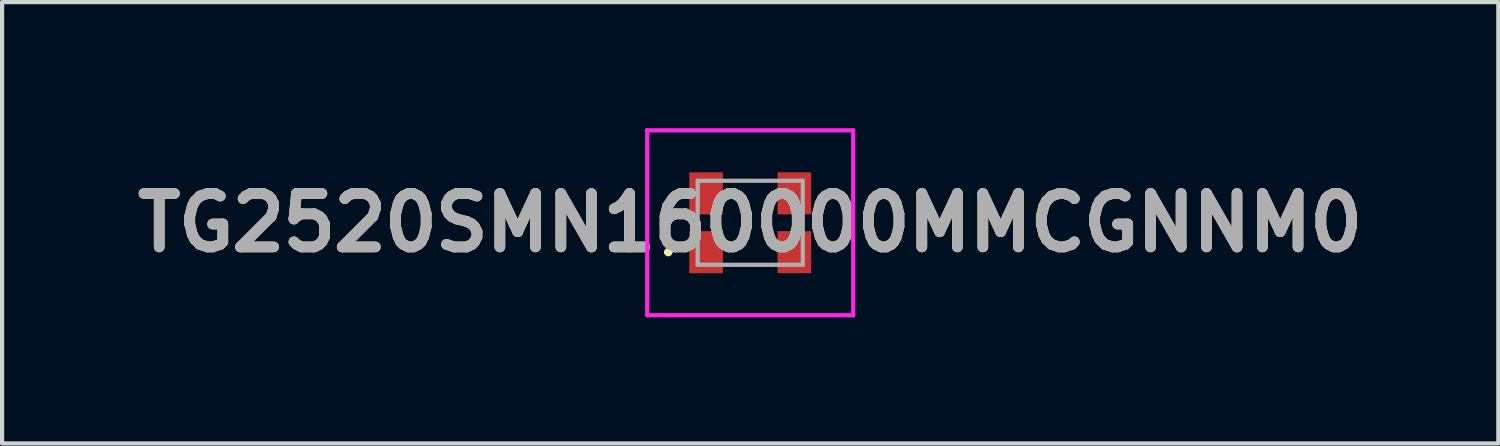
<source format=kicad_pcb>
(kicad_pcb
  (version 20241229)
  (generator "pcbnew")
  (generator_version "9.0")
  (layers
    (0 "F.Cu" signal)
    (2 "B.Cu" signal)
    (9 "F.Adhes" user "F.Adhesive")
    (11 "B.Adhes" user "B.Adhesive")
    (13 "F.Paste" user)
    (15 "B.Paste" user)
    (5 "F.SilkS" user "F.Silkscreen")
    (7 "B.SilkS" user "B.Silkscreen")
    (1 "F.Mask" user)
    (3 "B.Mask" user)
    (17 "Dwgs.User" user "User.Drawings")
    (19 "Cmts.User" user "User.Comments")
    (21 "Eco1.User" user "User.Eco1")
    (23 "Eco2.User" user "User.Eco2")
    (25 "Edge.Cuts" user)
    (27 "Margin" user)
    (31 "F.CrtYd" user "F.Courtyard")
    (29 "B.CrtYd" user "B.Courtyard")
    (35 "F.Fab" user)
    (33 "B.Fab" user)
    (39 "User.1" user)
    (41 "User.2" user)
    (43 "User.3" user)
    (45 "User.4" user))
  (footprint "TG2520SMN160000MMCGNNM0"
    (layer "F.Cu")
    (at 14.799 2.25)
    (property "Reference" "TG2520SMN160000MMCGNNM0" (at 0 0 0) (layer "F.SilkS") (effects (font (size 1.27 1.27) (thickness 0.254))))
    (attr smd)
    (fp_line (start -2 0.7) (end -2 0.7) (stroke (width 0.1) (type solid)) (layer "F.SilkS"))
    (fp_line (start -1.9 0.7) (end -1.9 0.7) (stroke (width 0.1) (type solid)) (layer "F.SilkS"))
    (fp_arc (start -2 0.7) (mid -1.95 0.65) (end -1.9 0.7) (stroke (width 0.1) (type solid)) (layer "F.SilkS"))
    (fp_arc (start -1.9 0.7) (mid -1.95 0.75) (end -2 0.7) (stroke (width 0.1) (type solid)) (layer "F.SilkS"))
    (fp_line (start -2.45 -2.2) (end 2.45 -2.2) (stroke (width 0.1) (type solid)) (layer "F.CrtYd"))
    (fp_line (start -2.45 2.2) (end -2.45 -2.2) (stroke (width 0.1) (type solid)) (layer "F.CrtYd"))
    (fp_line (start 2.45 -2.2) (end 2.45 2.2) (stroke (width 0.1) (type solid)) (layer "F.CrtYd"))
    (fp_line (start 2.45 2.2) (end -2.45 2.2) (stroke (width 0.1) (type solid)) (layer "F.CrtYd"))
    (fp_line (start -1.25 -1) (end 1.25 -1) (stroke (width 0.1) (type solid)) (layer "F.Fab"))
    (fp_line (start -1.25 1) (end -1.25 -1) (stroke (width 0.1) (type solid)) (layer "F.Fab"))
    (fp_line (start 1.25 -1) (end 1.25 1) (stroke (width 0.1) (type solid)) (layer "F.Fab"))
    (fp_line (start 1.25 1) (end -1.25 1) (stroke (width 0.1) (type solid)) (layer "F.Fab"))
    (fp_text user "${REFERENCE}" (at 0 0 0) (layer "F.Fab") (effects (font (size 1.27 1.27) (thickness 0.254))))
    (pad "1" smd rect (at -1.05 0.7) (size 0.8 1) (layers "F.Cu" "F.Mask" "F.Paste"))
    (pad "2" smd rect (at 1.05 0.7) (size 0.8 1) (layers "F.Cu" "F.Mask" "F.Paste"))
    (pad "3" smd rect (at 1.05 -0.7) (size 0.8 1) (layers "F.Cu" "F.Mask" "F.Paste"))
    (pad "4" smd rect (at -1.05 -0.7) (size 0.8 1) (layers "F.Cu" "F.Mask" "F.Paste")))
  (gr_rect
    (start -3 -3)
    (end 32.597 7.5)
    (stroke (width 0.1) (type default))
    (fill no)
    (layer "Edge.Cuts")))
</source>
